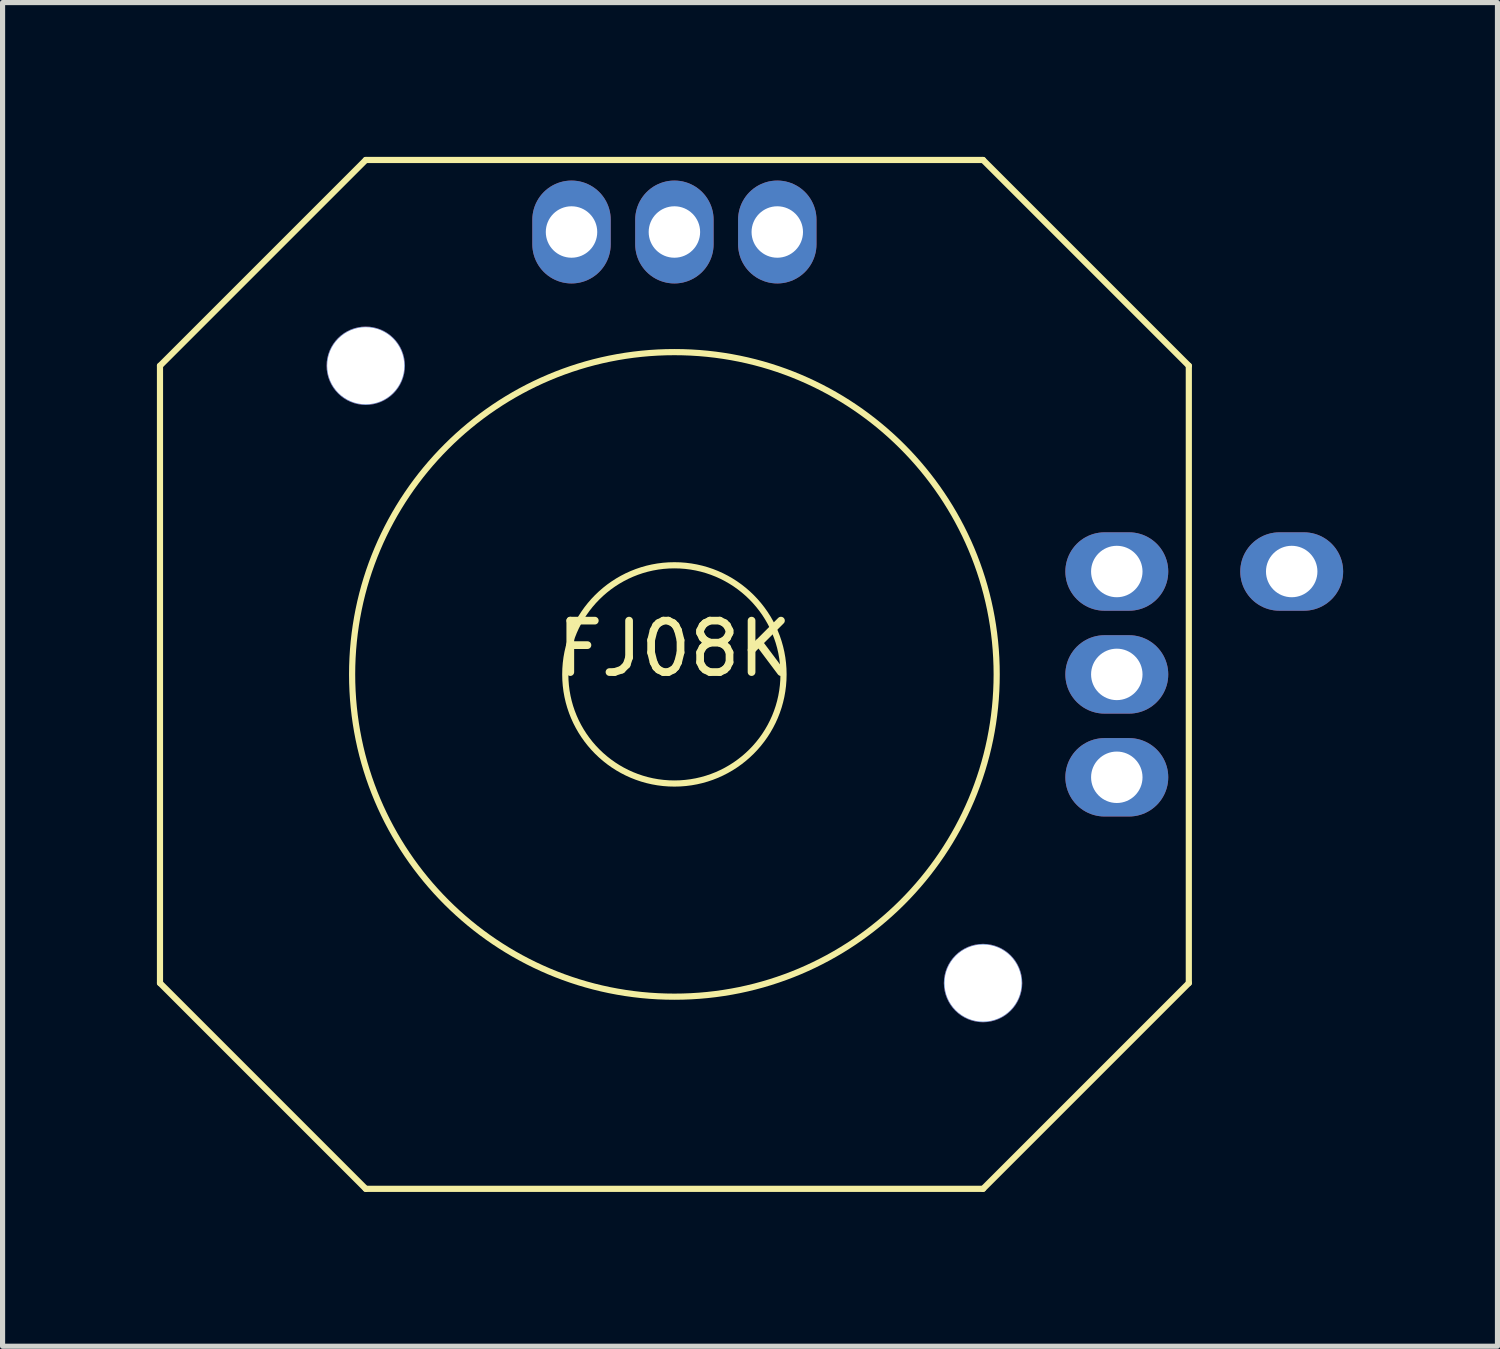
<source format=kicad_pcb>
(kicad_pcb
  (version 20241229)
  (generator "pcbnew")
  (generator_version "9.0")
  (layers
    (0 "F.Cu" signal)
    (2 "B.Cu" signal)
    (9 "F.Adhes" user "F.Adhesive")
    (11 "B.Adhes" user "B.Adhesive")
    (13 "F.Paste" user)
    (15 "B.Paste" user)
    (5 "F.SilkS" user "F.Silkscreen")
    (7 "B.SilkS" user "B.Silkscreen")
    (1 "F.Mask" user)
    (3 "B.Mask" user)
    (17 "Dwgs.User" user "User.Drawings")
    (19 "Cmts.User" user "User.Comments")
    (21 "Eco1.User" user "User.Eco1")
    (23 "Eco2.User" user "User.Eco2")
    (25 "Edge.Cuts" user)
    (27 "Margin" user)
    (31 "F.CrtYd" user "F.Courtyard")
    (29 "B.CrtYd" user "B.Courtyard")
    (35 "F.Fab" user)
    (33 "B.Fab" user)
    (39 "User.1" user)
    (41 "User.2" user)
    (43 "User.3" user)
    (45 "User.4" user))
  (footprint "FJ08K"
    (layer "F.Cu")
    (at 10.06 10.06)
    (property "Reference" "FJ08K" (at 0 -0.5 0) (unlocked yes) (layer "F.SilkS") (effects (font (size 1 1) (thickness 0.15))))
    (attr through_hole)
    (fp_line (start -10 6) (end -10 -6) (stroke (width 0.12) (type solid)) (layer "F.SilkS"))
    (fp_line (start -10 6) (end -6 10) (stroke (width 0.12) (type solid)) (layer "F.SilkS"))
    (fp_line (start -6 -10) (end -10 -6) (stroke (width 0.12) (type solid)) (layer "F.SilkS"))
    (fp_line (start -6 -10) (end 6 -10) (stroke (width 0.12) (type solid)) (layer "F.SilkS"))
    (fp_line (start 6 -10) (end 10 -6) (stroke (width 0.12) (type solid)) (layer "F.SilkS"))
    (fp_line (start 6 10) (end -6 10) (stroke (width 0.12) (type solid)) (layer "F.SilkS"))
    (fp_line (start 10 -6) (end 10 6) (stroke (width 0.12) (type solid)) (layer "F.SilkS"))
    (fp_line (start 10 6) (end 6 10) (stroke (width 0.12) (type solid)) (layer "F.SilkS"))
    (fp_circle (center 0 0) (end -5.5 -3) (stroke (width 0.12) (type solid)) (fill no) (layer "F.SilkS"))
    (fp_circle (center 0 0) (end -1.5 -1.5) (stroke (width 0.12) (type solid)) (fill no) (layer "F.SilkS"))
    (pad "" np_thru_hole circle (at -6 -6) (size 1.524 1.524) (drill 1.5) (layers "*.Cu" "*.Mask"))
    (pad "" np_thru_hole circle (at 6 6) (size 1.524 1.524) (drill 1.5) (layers "*.Cu" "*.Mask"))
    (pad "1" thru_hole oval (at 2 -8.6) (size 1.524 2) (drill 1) (layers "*.Cu" "*.Mask"))
    (pad "2" thru_hole oval (at 0 -8.6) (size 1.524 2) (drill 1) (layers "*.Cu" "*.Mask"))
    (pad "3" thru_hole oval (at -2 -8.6) (size 1.524 2) (drill 1) (layers "*.Cu" "*.Mask"))
    (pad "4" thru_hole oval (at 8.6 2 90) (size 1.524 2) (drill 1) (layers "*.Cu" "*.Mask"))
    (pad "5" thru_hole oval (at 8.6 0 90) (size 1.524 2) (drill 1) (layers "*.Cu" "*.Mask"))
    (pad "6" thru_hole oval (at 8.6 -2 90) (size 1.524 2) (drill 1) (layers "*.Cu" "*.Mask"))
    (pad "6" thru_hole oval (at 12 -2 90) (size 1.524 2) (drill 1) (layers "*.Cu" "*.Mask")))
  (gr_rect
    (start -3 -3)
    (end 26.06 23.12)
    (stroke (width 0.1) (type default))
    (fill no)
    (layer "Edge.Cuts")))
</source>
